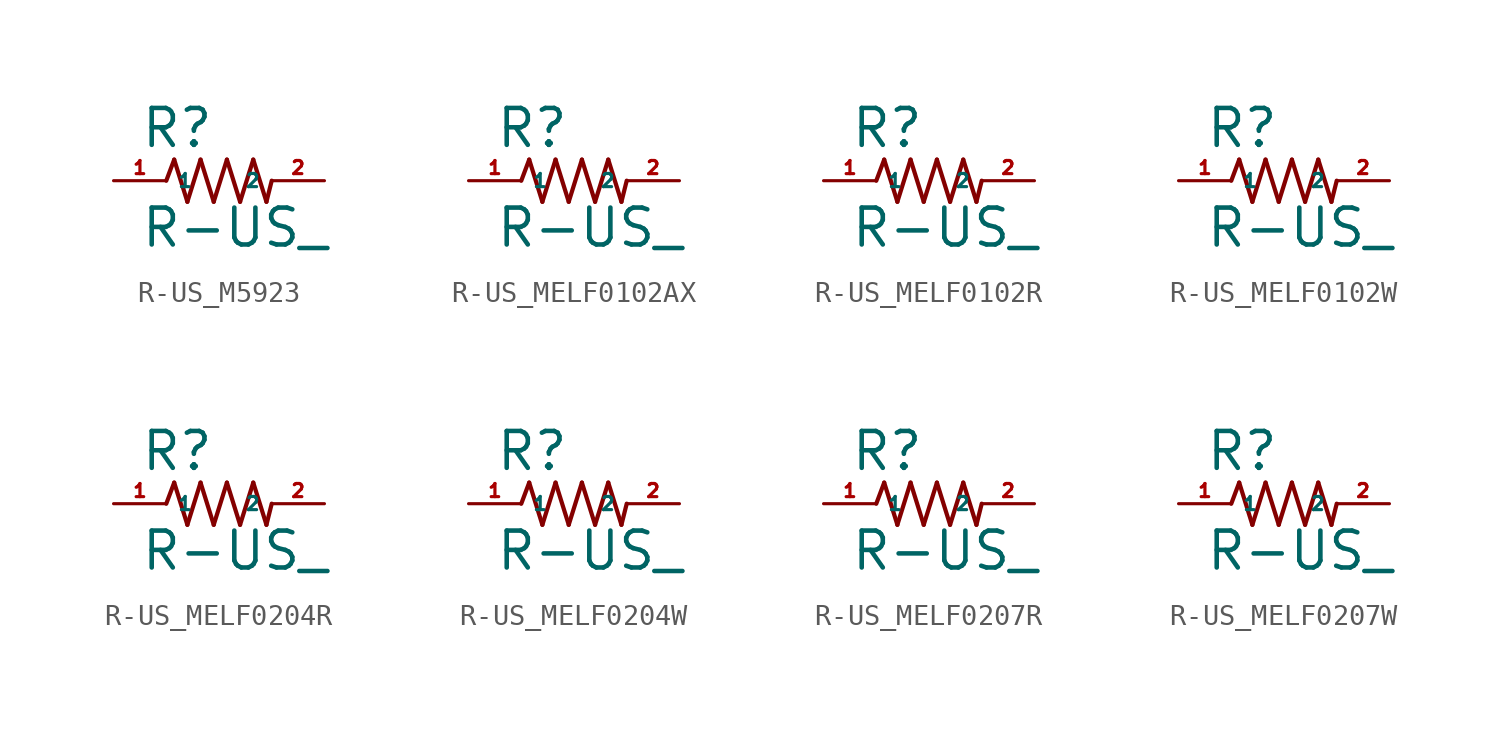
<source format=kicad_sym>
(kicad_symbol_lib
  (version 20220914)
  (generator Eagle2Kicad)
  (symbol "R-US_M5923"
    (property "Reference" "R"
      (at -3.81 1.499 0)
      (effects (font (size 1.778 1.778) (thickness 0.22)) (justify left bottom)))
    (property "Value" "R-US_"
      (at -3.81 -3.302 0)
      (effects (font (size 1.778 1.778) (thickness 0.22)) (justify left bottom)))
    (polyline
      (pts (xy -2.54 0) (xy -2.159 1.016))
      (stroke (width 0.203) (type default))
      (fill (type none)))
    (polyline
      (pts (xy -2.159 1.016) (xy -1.524 -1.016))
      (stroke (width 0.203) (type default))
      (fill (type none)))
    (polyline
      (pts (xy -1.524 -1.016) (xy -0.889 1.016))
      (stroke (width 0.203) (type default))
      (fill (type none)))
    (polyline
      (pts (xy -0.889 1.016) (xy -0.254 -1.016))
      (stroke (width 0.203) (type default))
      (fill (type none)))
    (polyline
      (pts (xy -0.254 -1.016) (xy 0.381 1.016))
      (stroke (width 0.203) (type default))
      (fill (type none)))
    (polyline
      (pts (xy 0.381 1.016) (xy 1.016 -1.016))
      (stroke (width 0.203) (type default))
      (fill (type none)))
    (polyline
      (pts (xy 1.016 -1.016) (xy 1.651 1.016))
      (stroke (width 0.203) (type default))
      (fill (type none)))
    (polyline
      (pts (xy 1.651 1.016) (xy 2.286 -1.016))
      (stroke (width 0.203) (type default))
      (fill (type none)))
    (polyline
      (pts (xy 2.286 -1.016) (xy 2.54 0))
      (stroke (width 0.203) (type default))
      (fill (type none)))
    (pin passive line
      (at 5.08 0 180)
      (length 2.54)
      (name "2" (effects (font (size 0.635 0.635) (thickness 0.08)) (justify left bottom)))
      (number "2" (effects (font (size 0.635 0.635) (thickness 0.08)) (justify left bottom))))
    (pin passive line
      (at -5.08 0 0)
      (length 2.54)
      (name "1" (effects (font (size 0.635 0.635) (thickness 0.08)) (justify left bottom)))
      (number "1" (effects (font (size 0.635 0.635) (thickness 0.08)) (justify left bottom)))))
  (symbol "R-US_MELF0102AX"
    (property "Reference" "R"
      (at -3.81 1.499 0)
      (effects (font (size 1.778 1.778) (thickness 0.22)) (justify left bottom)))
    (property "Value" "R-US_"
      (at -3.81 -3.302 0)
      (effects (font (size 1.778 1.778) (thickness 0.22)) (justify left bottom)))
    (polyline
      (pts (xy -2.54 0) (xy -2.159 1.016))
      (stroke (width 0.203) (type default))
      (fill (type none)))
    (polyline
      (pts (xy -2.159 1.016) (xy -1.524 -1.016))
      (stroke (width 0.203) (type default))
      (fill (type none)))
    (polyline
      (pts (xy -1.524 -1.016) (xy -0.889 1.016))
      (stroke (width 0.203) (type default))
      (fill (type none)))
    (polyline
      (pts (xy -0.889 1.016) (xy -0.254 -1.016))
      (stroke (width 0.203) (type default))
      (fill (type none)))
    (polyline
      (pts (xy -0.254 -1.016) (xy 0.381 1.016))
      (stroke (width 0.203) (type default))
      (fill (type none)))
    (polyline
      (pts (xy 0.381 1.016) (xy 1.016 -1.016))
      (stroke (width 0.203) (type default))
      (fill (type none)))
    (polyline
      (pts (xy 1.016 -1.016) (xy 1.651 1.016))
      (stroke (width 0.203) (type default))
      (fill (type none)))
    (polyline
      (pts (xy 1.651 1.016) (xy 2.286 -1.016))
      (stroke (width 0.203) (type default))
      (fill (type none)))
    (polyline
      (pts (xy 2.286 -1.016) (xy 2.54 0))
      (stroke (width 0.203) (type default))
      (fill (type none)))
    (pin passive line
      (at 5.08 0 180)
      (length 2.54)
      (name "2" (effects (font (size 0.635 0.635) (thickness 0.08)) (justify left bottom)))
      (number "2" (effects (font (size 0.635 0.635) (thickness 0.08)) (justify left bottom))))
    (pin passive line
      (at -5.08 0 0)
      (length 2.54)
      (name "1" (effects (font (size 0.635 0.635) (thickness 0.08)) (justify left bottom)))
      (number "1" (effects (font (size 0.635 0.635) (thickness 0.08)) (justify left bottom)))))
  (symbol "R-US_MELF0102R"
    (property "Reference" "R"
      (at -3.81 1.499 0)
      (effects (font (size 1.778 1.778) (thickness 0.22)) (justify left bottom)))
    (property "Value" "R-US_"
      (at -3.81 -3.302 0)
      (effects (font (size 1.778 1.778) (thickness 0.22)) (justify left bottom)))
    (polyline
      (pts (xy -2.54 0) (xy -2.159 1.016))
      (stroke (width 0.203) (type default))
      (fill (type none)))
    (polyline
      (pts (xy -2.159 1.016) (xy -1.524 -1.016))
      (stroke (width 0.203) (type default))
      (fill (type none)))
    (polyline
      (pts (xy -1.524 -1.016) (xy -0.889 1.016))
      (stroke (width 0.203) (type default))
      (fill (type none)))
    (polyline
      (pts (xy -0.889 1.016) (xy -0.254 -1.016))
      (stroke (width 0.203) (type default))
      (fill (type none)))
    (polyline
      (pts (xy -0.254 -1.016) (xy 0.381 1.016))
      (stroke (width 0.203) (type default))
      (fill (type none)))
    (polyline
      (pts (xy 0.381 1.016) (xy 1.016 -1.016))
      (stroke (width 0.203) (type default))
      (fill (type none)))
    (polyline
      (pts (xy 1.016 -1.016) (xy 1.651 1.016))
      (stroke (width 0.203) (type default))
      (fill (type none)))
    (polyline
      (pts (xy 1.651 1.016) (xy 2.286 -1.016))
      (stroke (width 0.203) (type default))
      (fill (type none)))
    (polyline
      (pts (xy 2.286 -1.016) (xy 2.54 0))
      (stroke (width 0.203) (type default))
      (fill (type none)))
    (pin passive line
      (at 5.08 0 180)
      (length 2.54)
      (name "2" (effects (font (size 0.635 0.635) (thickness 0.08)) (justify left bottom)))
      (number "2" (effects (font (size 0.635 0.635) (thickness 0.08)) (justify left bottom))))
    (pin passive line
      (at -5.08 0 0)
      (length 2.54)
      (name "1" (effects (font (size 0.635 0.635) (thickness 0.08)) (justify left bottom)))
      (number "1" (effects (font (size 0.635 0.635) (thickness 0.08)) (justify left bottom)))))
  (symbol "R-US_MELF0102W"
    (property "Reference" "R"
      (at -3.81 1.499 0)
      (effects (font (size 1.778 1.778) (thickness 0.22)) (justify left bottom)))
    (property "Value" "R-US_"
      (at -3.81 -3.302 0)
      (effects (font (size 1.778 1.778) (thickness 0.22)) (justify left bottom)))
    (polyline
      (pts (xy -2.54 0) (xy -2.159 1.016))
      (stroke (width 0.203) (type default))
      (fill (type none)))
    (polyline
      (pts (xy -2.159 1.016) (xy -1.524 -1.016))
      (stroke (width 0.203) (type default))
      (fill (type none)))
    (polyline
      (pts (xy -1.524 -1.016) (xy -0.889 1.016))
      (stroke (width 0.203) (type default))
      (fill (type none)))
    (polyline
      (pts (xy -0.889 1.016) (xy -0.254 -1.016))
      (stroke (width 0.203) (type default))
      (fill (type none)))
    (polyline
      (pts (xy -0.254 -1.016) (xy 0.381 1.016))
      (stroke (width 0.203) (type default))
      (fill (type none)))
    (polyline
      (pts (xy 0.381 1.016) (xy 1.016 -1.016))
      (stroke (width 0.203) (type default))
      (fill (type none)))
    (polyline
      (pts (xy 1.016 -1.016) (xy 1.651 1.016))
      (stroke (width 0.203) (type default))
      (fill (type none)))
    (polyline
      (pts (xy 1.651 1.016) (xy 2.286 -1.016))
      (stroke (width 0.203) (type default))
      (fill (type none)))
    (polyline
      (pts (xy 2.286 -1.016) (xy 2.54 0))
      (stroke (width 0.203) (type default))
      (fill (type none)))
    (pin passive line
      (at 5.08 0 180)
      (length 2.54)
      (name "2" (effects (font (size 0.635 0.635) (thickness 0.08)) (justify left bottom)))
      (number "2" (effects (font (size 0.635 0.635) (thickness 0.08)) (justify left bottom))))
    (pin passive line
      (at -5.08 0 0)
      (length 2.54)
      (name "1" (effects (font (size 0.635 0.635) (thickness 0.08)) (justify left bottom)))
      (number "1" (effects (font (size 0.635 0.635) (thickness 0.08)) (justify left bottom)))))
  (symbol "R-US_MELF0204R"
    (property "Reference" "R"
      (at -3.81 1.499 0)
      (effects (font (size 1.778 1.778) (thickness 0.22)) (justify left bottom)))
    (property "Value" "R-US_"
      (at -3.81 -3.302 0)
      (effects (font (size 1.778 1.778) (thickness 0.22)) (justify left bottom)))
    (polyline
      (pts (xy -2.54 0) (xy -2.159 1.016))
      (stroke (width 0.203) (type default))
      (fill (type none)))
    (polyline
      (pts (xy -2.159 1.016) (xy -1.524 -1.016))
      (stroke (width 0.203) (type default))
      (fill (type none)))
    (polyline
      (pts (xy -1.524 -1.016) (xy -0.889 1.016))
      (stroke (width 0.203) (type default))
      (fill (type none)))
    (polyline
      (pts (xy -0.889 1.016) (xy -0.254 -1.016))
      (stroke (width 0.203) (type default))
      (fill (type none)))
    (polyline
      (pts (xy -0.254 -1.016) (xy 0.381 1.016))
      (stroke (width 0.203) (type default))
      (fill (type none)))
    (polyline
      (pts (xy 0.381 1.016) (xy 1.016 -1.016))
      (stroke (width 0.203) (type default))
      (fill (type none)))
    (polyline
      (pts (xy 1.016 -1.016) (xy 1.651 1.016))
      (stroke (width 0.203) (type default))
      (fill (type none)))
    (polyline
      (pts (xy 1.651 1.016) (xy 2.286 -1.016))
      (stroke (width 0.203) (type default))
      (fill (type none)))
    (polyline
      (pts (xy 2.286 -1.016) (xy 2.54 0))
      (stroke (width 0.203) (type default))
      (fill (type none)))
    (pin passive line
      (at 5.08 0 180)
      (length 2.54)
      (name "2" (effects (font (size 0.635 0.635) (thickness 0.08)) (justify left bottom)))
      (number "2" (effects (font (size 0.635 0.635) (thickness 0.08)) (justify left bottom))))
    (pin passive line
      (at -5.08 0 0)
      (length 2.54)
      (name "1" (effects (font (size 0.635 0.635) (thickness 0.08)) (justify left bottom)))
      (number "1" (effects (font (size 0.635 0.635) (thickness 0.08)) (justify left bottom)))))
  (symbol "R-US_MELF0204W"
    (property "Reference" "R"
      (at -3.81 1.499 0)
      (effects (font (size 1.778 1.778) (thickness 0.22)) (justify left bottom)))
    (property "Value" "R-US_"
      (at -3.81 -3.302 0)
      (effects (font (size 1.778 1.778) (thickness 0.22)) (justify left bottom)))
    (polyline
      (pts (xy -2.54 0) (xy -2.159 1.016))
      (stroke (width 0.203) (type default))
      (fill (type none)))
    (polyline
      (pts (xy -2.159 1.016) (xy -1.524 -1.016))
      (stroke (width 0.203) (type default))
      (fill (type none)))
    (polyline
      (pts (xy -1.524 -1.016) (xy -0.889 1.016))
      (stroke (width 0.203) (type default))
      (fill (type none)))
    (polyline
      (pts (xy -0.889 1.016) (xy -0.254 -1.016))
      (stroke (width 0.203) (type default))
      (fill (type none)))
    (polyline
      (pts (xy -0.254 -1.016) (xy 0.381 1.016))
      (stroke (width 0.203) (type default))
      (fill (type none)))
    (polyline
      (pts (xy 0.381 1.016) (xy 1.016 -1.016))
      (stroke (width 0.203) (type default))
      (fill (type none)))
    (polyline
      (pts (xy 1.016 -1.016) (xy 1.651 1.016))
      (stroke (width 0.203) (type default))
      (fill (type none)))
    (polyline
      (pts (xy 1.651 1.016) (xy 2.286 -1.016))
      (stroke (width 0.203) (type default))
      (fill (type none)))
    (polyline
      (pts (xy 2.286 -1.016) (xy 2.54 0))
      (stroke (width 0.203) (type default))
      (fill (type none)))
    (pin passive line
      (at 5.08 0 180)
      (length 2.54)
      (name "2" (effects (font (size 0.635 0.635) (thickness 0.08)) (justify left bottom)))
      (number "2" (effects (font (size 0.635 0.635) (thickness 0.08)) (justify left bottom))))
    (pin passive line
      (at -5.08 0 0)
      (length 2.54)
      (name "1" (effects (font (size 0.635 0.635) (thickness 0.08)) (justify left bottom)))
      (number "1" (effects (font (size 0.635 0.635) (thickness 0.08)) (justify left bottom)))))
  (symbol "R-US_MELF0207R"
    (property "Reference" "R"
      (at -3.81 1.499 0)
      (effects (font (size 1.778 1.778) (thickness 0.22)) (justify left bottom)))
    (property "Value" "R-US_"
      (at -3.81 -3.302 0)
      (effects (font (size 1.778 1.778) (thickness 0.22)) (justify left bottom)))
    (polyline
      (pts (xy -2.54 0) (xy -2.159 1.016))
      (stroke (width 0.203) (type default))
      (fill (type none)))
    (polyline
      (pts (xy -2.159 1.016) (xy -1.524 -1.016))
      (stroke (width 0.203) (type default))
      (fill (type none)))
    (polyline
      (pts (xy -1.524 -1.016) (xy -0.889 1.016))
      (stroke (width 0.203) (type default))
      (fill (type none)))
    (polyline
      (pts (xy -0.889 1.016) (xy -0.254 -1.016))
      (stroke (width 0.203) (type default))
      (fill (type none)))
    (polyline
      (pts (xy -0.254 -1.016) (xy 0.381 1.016))
      (stroke (width 0.203) (type default))
      (fill (type none)))
    (polyline
      (pts (xy 0.381 1.016) (xy 1.016 -1.016))
      (stroke (width 0.203) (type default))
      (fill (type none)))
    (polyline
      (pts (xy 1.016 -1.016) (xy 1.651 1.016))
      (stroke (width 0.203) (type default))
      (fill (type none)))
    (polyline
      (pts (xy 1.651 1.016) (xy 2.286 -1.016))
      (stroke (width 0.203) (type default))
      (fill (type none)))
    (polyline
      (pts (xy 2.286 -1.016) (xy 2.54 0))
      (stroke (width 0.203) (type default))
      (fill (type none)))
    (pin passive line
      (at 5.08 0 180)
      (length 2.54)
      (name "2" (effects (font (size 0.635 0.635) (thickness 0.08)) (justify left bottom)))
      (number "2" (effects (font (size 0.635 0.635) (thickness 0.08)) (justify left bottom))))
    (pin passive line
      (at -5.08 0 0)
      (length 2.54)
      (name "1" (effects (font (size 0.635 0.635) (thickness 0.08)) (justify left bottom)))
      (number "1" (effects (font (size 0.635 0.635) (thickness 0.08)) (justify left bottom)))))
  (symbol "R-US_MELF0207W"
    (property "Reference" "R"
      (at -3.81 1.499 0)
      (effects (font (size 1.778 1.778) (thickness 0.22)) (justify left bottom)))
    (property "Value" "R-US_"
      (at -3.81 -3.302 0)
      (effects (font (size 1.778 1.778) (thickness 0.22)) (justify left bottom)))
    (polyline
      (pts (xy -2.54 0) (xy -2.159 1.016))
      (stroke (width 0.203) (type default))
      (fill (type none)))
    (polyline
      (pts (xy -2.159 1.016) (xy -1.524 -1.016))
      (stroke (width 0.203) (type default))
      (fill (type none)))
    (polyline
      (pts (xy -1.524 -1.016) (xy -0.889 1.016))
      (stroke (width 0.203) (type default))
      (fill (type none)))
    (polyline
      (pts (xy -0.889 1.016) (xy -0.254 -1.016))
      (stroke (width 0.203) (type default))
      (fill (type none)))
    (polyline
      (pts (xy -0.254 -1.016) (xy 0.381 1.016))
      (stroke (width 0.203) (type default))
      (fill (type none)))
    (polyline
      (pts (xy 0.381 1.016) (xy 1.016 -1.016))
      (stroke (width 0.203) (type default))
      (fill (type none)))
    (polyline
      (pts (xy 1.016 -1.016) (xy 1.651 1.016))
      (stroke (width 0.203) (type default))
      (fill (type none)))
    (polyline
      (pts (xy 1.651 1.016) (xy 2.286 -1.016))
      (stroke (width 0.203) (type default))
      (fill (type none)))
    (polyline
      (pts (xy 2.286 -1.016) (xy 2.54 0))
      (stroke (width 0.203) (type default))
      (fill (type none)))
    (pin passive line
      (at 5.08 0 180)
      (length 2.54)
      (name "2" (effects (font (size 0.635 0.635) (thickness 0.08)) (justify left bottom)))
      (number "2" (effects (font (size 0.635 0.635) (thickness 0.08)) (justify left bottom))))
    (pin passive line
      (at -5.08 0 0)
      (length 2.54)
      (name "1" (effects (font (size 0.635 0.635) (thickness 0.08)) (justify left bottom)))
      (number "1" (effects (font (size 0.635 0.635) (thickness 0.08)) (justify left bottom))))))
</source>
